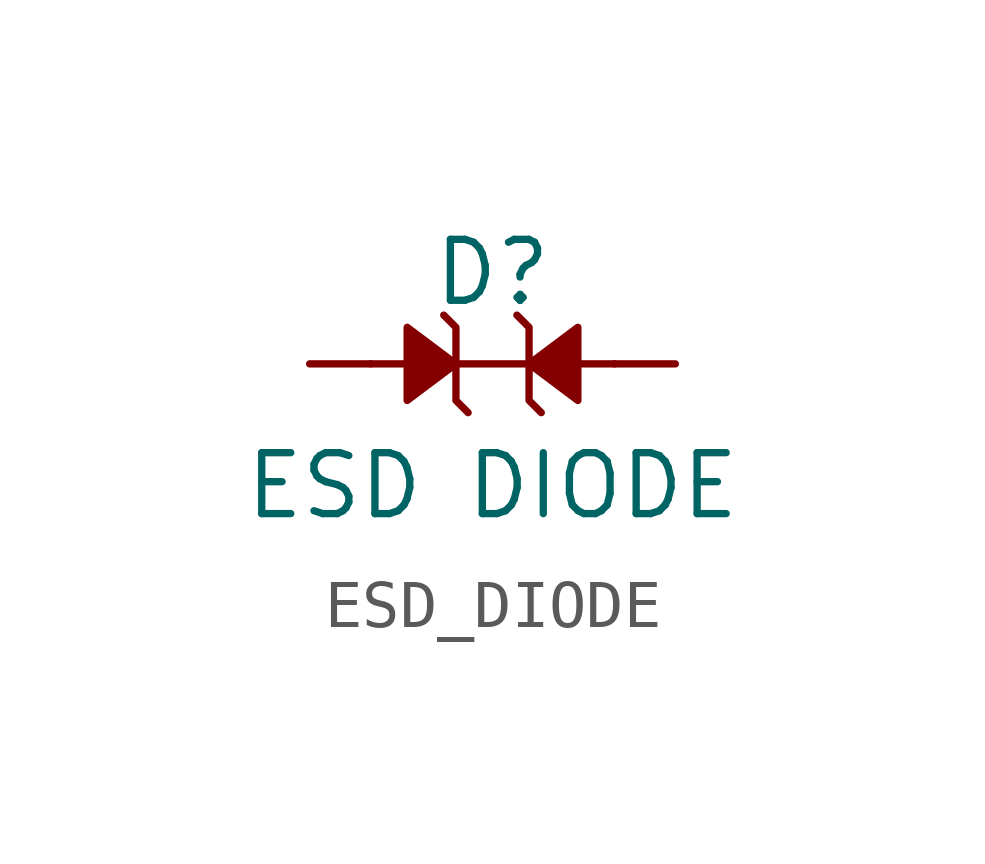
<source format=kicad_sym>
(kicad_symbol_lib
  (version 20241209)
  (generator "kicad_symbol_editor")
  (generator_version "9.0")
  (symbol "ESD_DIODE"
    (pin_numbers
      (hide yes))
    (pin_names
      (offset 0))
    (property "Reference" "D"
      (at 0 -0.635 0)
      (effects (font (size 1.27 1.27))))
    (property "Value" "ESD DIODE"
      (at 0 -5.08 0)
      (effects (font (size 1.27 1.27))))
    (symbol "ESD_DIODE_1_1"
      (polyline (pts (xy -1.778 -2.54) (xy -2.54 -2.54)) (stroke (width 0) (type default)) (fill (type none)))
      (polyline (pts (xy -0.762 -2.54) (xy -0.762 -1.778) (xy -1.016 -1.524)) (stroke (width 0) (type default)) (fill (type none)))
      (polyline (pts (xy -0.762 -2.54) (xy -0.762 -3.302) (xy -0.508 -3.556)) (stroke (width 0) (type default)) (fill (type none)))
      (polyline (pts (xy -0.762 -2.54) (xy -1.778 -1.778) (xy -1.778 -3.302) (xy -0.762 -2.54)) (stroke (width 0) (type solid)) (fill (type outline)))
      (polyline (pts (xy 0.762 -2.54) (xy -0.762 -2.54)) (stroke (width 0) (type default)) (fill (type none)))
      (polyline (pts (xy 0.762 -2.54) (xy 0.762 -1.778) (xy 0.508 -1.524)) (stroke (width 0) (type default)) (fill (type none)))
      (polyline (pts (xy 0.762 -2.54) (xy 0.762 -3.302) (xy 1.016 -3.556)) (stroke (width 0) (type default)) (fill (type none)))
      (polyline (pts (xy 0.762 -2.54) (xy 1.778 -3.302) (xy 1.778 -1.778) (xy 0.762 -2.54)) (stroke (width 0) (type solid)) (fill (type outline)))
      (polyline (pts (xy 2.54 -2.54) (xy 1.778 -2.54)) (stroke (width 0) (type default)) (fill (type none)))
      (pin passive line (at -3.81 -2.54 0) (length 1.27) (name "" (effects (font (size 1.27 1.27)))) (number "1" (effects (font (size 1.27 1.27)))))
      (pin passive line (at 3.81 -2.54 180) (length 1.27) (name "" (effects (font (size 1.27 1.27)))) (number "2" (effects (font (size 1.27 1.27))))))))
</source>
